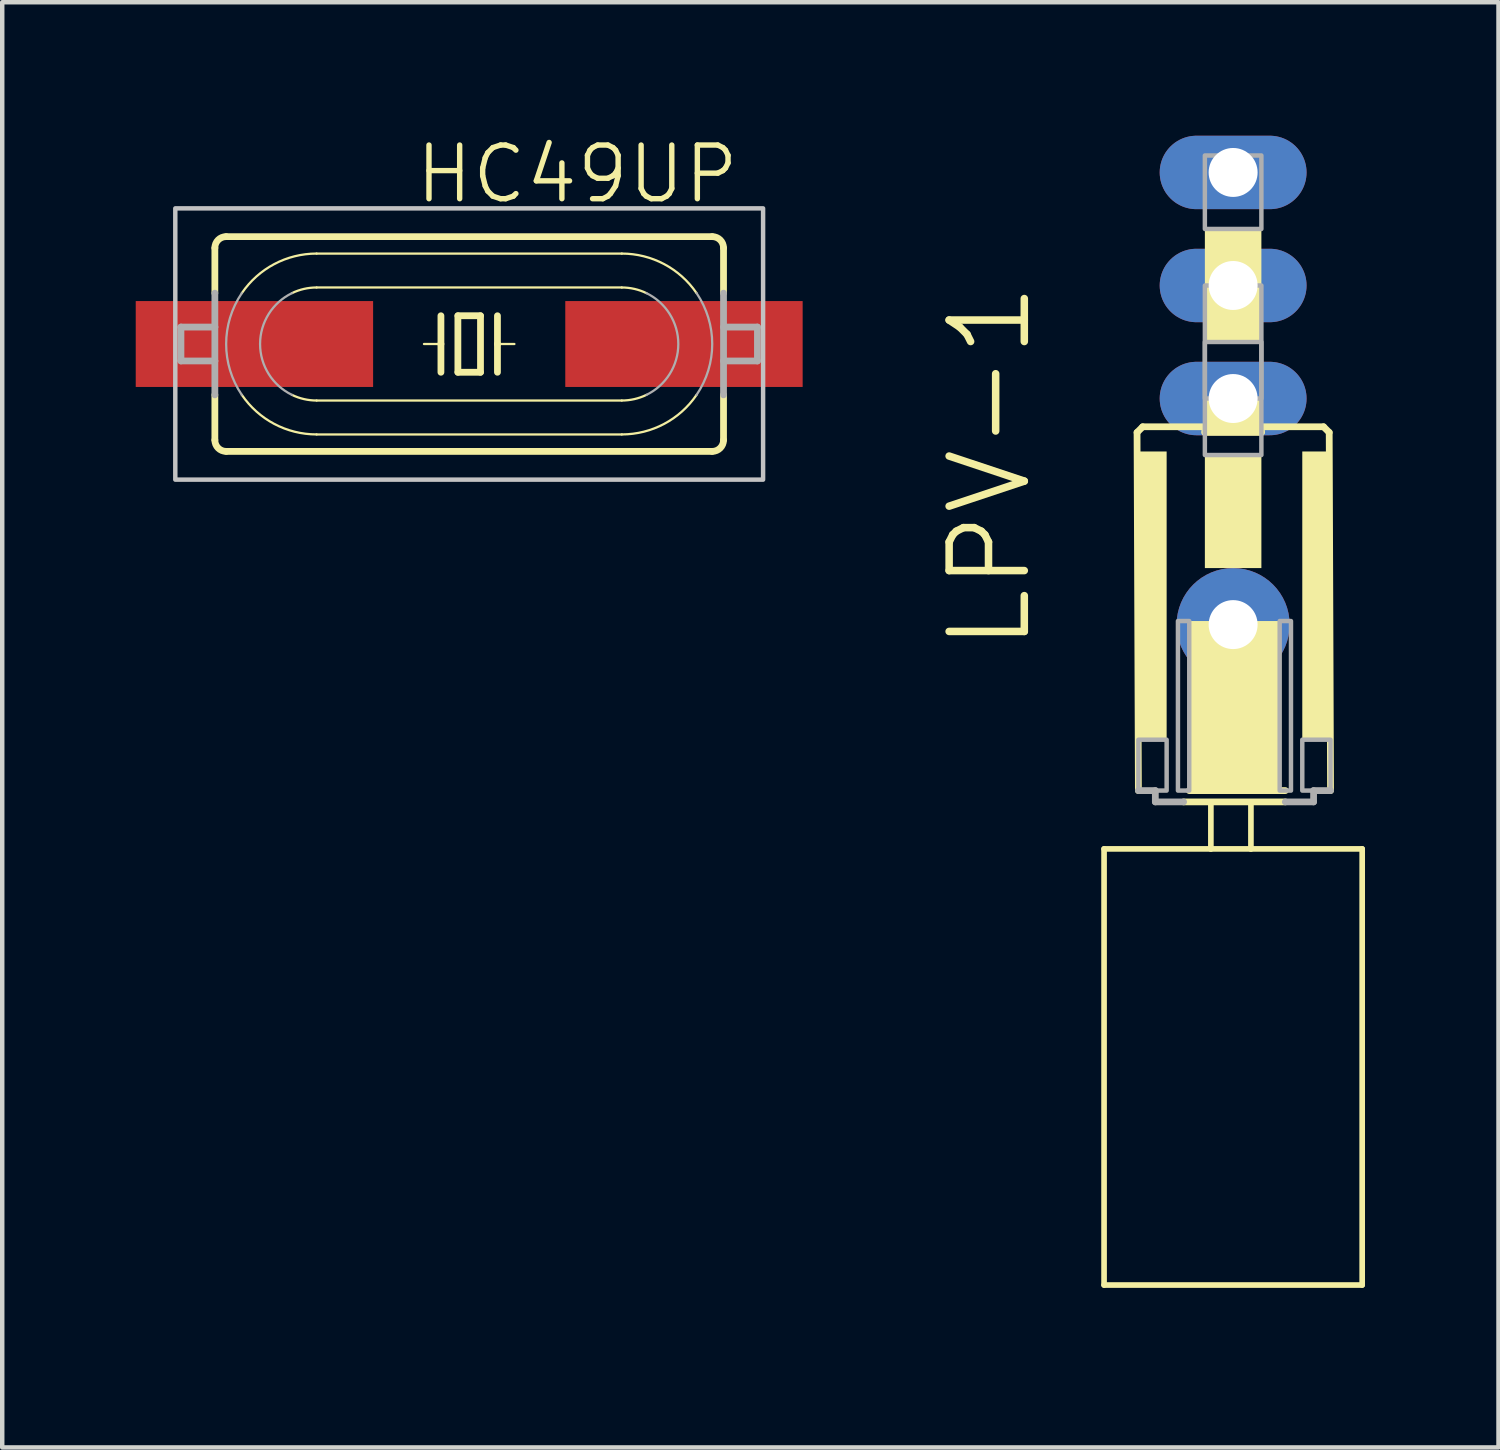
<source format=kicad_pcb>
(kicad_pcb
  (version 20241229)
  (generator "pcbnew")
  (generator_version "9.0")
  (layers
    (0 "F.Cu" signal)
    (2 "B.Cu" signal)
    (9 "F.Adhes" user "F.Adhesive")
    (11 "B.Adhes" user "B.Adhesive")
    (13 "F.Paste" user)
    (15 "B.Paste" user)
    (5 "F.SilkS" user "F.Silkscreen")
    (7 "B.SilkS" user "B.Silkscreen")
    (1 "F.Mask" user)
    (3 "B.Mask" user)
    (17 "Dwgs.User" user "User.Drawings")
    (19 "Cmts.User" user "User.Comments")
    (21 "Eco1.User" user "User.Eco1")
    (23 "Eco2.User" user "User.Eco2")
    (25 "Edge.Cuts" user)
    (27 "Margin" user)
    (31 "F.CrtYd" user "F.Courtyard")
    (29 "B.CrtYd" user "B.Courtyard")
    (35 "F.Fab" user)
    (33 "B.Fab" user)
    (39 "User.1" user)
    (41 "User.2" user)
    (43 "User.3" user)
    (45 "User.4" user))
  (footprint "HC49UP"
    (layer "F.Cu")
    (at 7.493 4.68)
    (property "Reference" "HC49UP" (at -1.27 -3.111 0) (layer "F.SilkS") (effects (font (size 1.206 1.206) (thickness 0.121)) (justify left bottom)))
    (attr through_hole)
    (fp_line (start -5.715 -1.143) (end -5.715 -2.159) (stroke (width 0.152) (type solid)) (layer "F.SilkS"))
    (fp_line (start -5.715 2.159) (end -5.715 1.143) (stroke (width 0.152) (type solid)) (layer "F.SilkS"))
    (fp_line (start -3.429 -2.032) (end 3.429 -2.032) (stroke (width 0.051) (type solid)) (layer "F.SilkS"))
    (fp_line (start -3.429 -1.27) (end 3.429 -1.27) (stroke (width 0.051) (type solid)) (layer "F.SilkS"))
    (fp_line (start -0.635 -0.635) (end -0.635 0) (stroke (width 0.152) (type solid)) (layer "F.SilkS"))
    (fp_line (start -0.635 0) (end -1.016 0) (stroke (width 0.051) (type solid)) (layer "F.SilkS"))
    (fp_line (start -0.635 0) (end -0.635 0.635) (stroke (width 0.152) (type solid)) (layer "F.SilkS"))
    (fp_line (start -0.254 -0.635) (end -0.254 0.635) (stroke (width 0.152) (type solid)) (layer "F.SilkS"))
    (fp_line (start -0.254 0.635) (end 0.254 0.635) (stroke (width 0.152) (type solid)) (layer "F.SilkS"))
    (fp_line (start 0.254 -0.635) (end -0.254 -0.635) (stroke (width 0.152) (type solid)) (layer "F.SilkS"))
    (fp_line (start 0.254 0.635) (end 0.254 -0.635) (stroke (width 0.152) (type solid)) (layer "F.SilkS"))
    (fp_line (start 0.635 -0.635) (end 0.635 0) (stroke (width 0.152) (type solid)) (layer "F.SilkS"))
    (fp_line (start 0.635 0) (end 0.635 0.635) (stroke (width 0.152) (type solid)) (layer "F.SilkS"))
    (fp_line (start 0.635 0) (end 1.016 0) (stroke (width 0.051) (type solid)) (layer "F.SilkS"))
    (fp_line (start 3.429 1.27) (end -3.429 1.27) (stroke (width 0.051) (type solid)) (layer "F.SilkS"))
    (fp_line (start 3.429 2.032) (end -3.429 2.032) (stroke (width 0.051) (type solid)) (layer "F.SilkS"))
    (fp_line (start 5.461 -2.413) (end -5.461 -2.413) (stroke (width 0.152) (type solid)) (layer "F.SilkS"))
    (fp_line (start 5.461 2.413) (end -5.461 2.413) (stroke (width 0.152) (type solid)) (layer "F.SilkS"))
    (fp_line (start 5.715 -1.143) (end 5.715 -2.159) (stroke (width 0.152) (type solid)) (layer "F.SilkS"))
    (fp_line (start 5.715 2.159) (end 5.715 1.143) (stroke (width 0.152) (type solid)) (layer "F.SilkS"))
    (fp_arc (start -5.715 -2.159) (mid -5.640605 -2.338605) (end -5.461 -2.413) (stroke (width 0.1524) (type solid)) (layer "F.SilkS"))
    (fp_arc (start -5.461 2.413) (mid -5.640605 2.338605) (end -5.715 2.159) (stroke (width 0.1524) (type solid)) (layer "F.SilkS"))
    (fp_arc (start -5.1091 -1.143) (mid -4.379417 -1.796107) (end -3.429 -2.032101) (stroke (width 0.0508) (type solid)) (layer "F.SilkS"))
    (fp_arc (start -3.9826 -1.143) (mid -3.712991 -1.237845) (end -3.429 -1.27) (stroke (width 0.0508) (type solid)) (layer "F.SilkS"))
    (fp_arc (start -3.429 1.27) (mid -3.712991 1.237845) (end -3.9826 1.143) (stroke (width 0.0508) (type solid)) (layer "F.SilkS"))
    (fp_arc (start -3.429 2.032001) (mid -4.379408 1.796063) (end -5.1091 1.143) (stroke (width 0.0508) (type solid)) (layer "F.SilkS"))
    (fp_arc (start 3.429 -2.032) (mid 4.379408 -1.796062) (end 5.1091 -1.142999) (stroke (width 0.0508) (type solid)) (layer "F.SilkS"))
    (fp_arc (start 3.429 -1.27) (mid 3.712991 -1.237845) (end 3.9826 -1.143) (stroke (width 0.0508) (type solid)) (layer "F.SilkS"))
    (fp_arc (start 3.9826 1.143) (mid 3.712991 1.237845) (end 3.429 1.27) (stroke (width 0.0508) (type solid)) (layer "F.SilkS"))
    (fp_arc (start 5.109 1.142899) (mid 4.379368 1.795994) (end 3.429 2.032) (stroke (width 0.0508) (type solid)) (layer "F.SilkS"))
    (fp_arc (start 5.461 -2.413) (mid 5.640605 -2.338605) (end 5.715 -2.159) (stroke (width 0.1524) (type solid)) (layer "F.SilkS"))
    (fp_arc (start 5.715 2.159) (mid 5.640605 2.338605) (end 5.461 2.413) (stroke (width 0.1524) (type solid)) (layer "F.SilkS"))
    (fp_poly (pts (xy -6.604 3.048) (xy 6.604 3.048) (xy 6.604 -3.048) (xy -6.604 -3.048)) (stroke (width 0.1) (type solid)) (fill no) (layer "Dwgs.User"))
    (fp_line (start -6.477 0.381) (end -6.477 -0.381) (stroke (width 0.152) (type solid)) (layer "F.Fab"))
    (fp_line (start -5.715 -0.381) (end -6.477 -0.381) (stroke (width 0.152) (type solid)) (layer "F.Fab"))
    (fp_line (start -5.715 -0.381) (end -5.715 -1.143) (stroke (width 0.152) (type solid)) (layer "F.Fab"))
    (fp_line (start -5.715 0.381) (end -6.477 0.381) (stroke (width 0.152) (type solid)) (layer "F.Fab"))
    (fp_line (start -5.715 0.381) (end -5.715 -0.381) (stroke (width 0.152) (type solid)) (layer "F.Fab"))
    (fp_line (start -5.715 1.143) (end -5.715 0.381) (stroke (width 0.152) (type solid)) (layer "F.Fab"))
    (fp_line (start 5.715 -0.381) (end 6.477 -0.381) (stroke (width 0.152) (type solid)) (layer "F.Fab"))
    (fp_line (start 5.715 0.381) (end 6.477 0.381) (stroke (width 0.152) (type solid)) (layer "F.Fab"))
    (fp_line (start 5.715 1.143) (end 5.715 -1.143) (stroke (width 0.152) (type solid)) (layer "F.Fab"))
    (fp_line (start 6.477 0.381) (end 6.477 -0.381) (stroke (width 0.152) (type solid)) (layer "F.Fab"))
    (fp_arc (start -5.1091 1.143) (mid -5.46104 0) (end -5.1091 -1.143) (stroke (width 0.0508) (type solid)) (layer "F.Fab"))
    (fp_arc (start -3.9826 1.143) (mid -4.699009 0) (end -3.9826 -1.143) (stroke (width 0.0508) (type solid)) (layer "F.Fab"))
    (fp_arc (start 3.9826 -1.143) (mid 4.699009 0) (end 3.9826 1.143) (stroke (width 0.0508) (type solid)) (layer "F.Fab"))
    (fp_arc (start 5.1091 -1.143) (mid 5.46104 0) (end 5.1091 1.143) (stroke (width 0.0508) (type solid)) (layer "F.Fab"))
    (pad "1" smd rect (at -4.826 0) (size 5.334 1.93) (layers "F.Cu" "F.Mask" "F.Paste"))
    (pad "2" smd rect (at 4.826 0) (size 5.334 1.93) (layers "F.Cu" "F.Mask" "F.Paste")))
  (footprint "LPV-1"
    (layer "F.Cu")
    (at 24.659 26.225)
    (property "Reference" "LPV-1" (at -4.477 -14.573 90) (layer "F.SilkS") (effects (font (size 1.689 1.689) (thickness 0.169)) (justify left bottom)))
    (attr through_hole)
    (fp_line (start -2.9 -10.2) (end -0.5 -10.2) (stroke (width 0.127) (type solid)) (layer "F.SilkS"))
    (fp_line (start -2.9 -0.4) (end -2.9 -10.2) (stroke (width 0.127) (type solid)) (layer "F.SilkS"))
    (fp_line (start -2.9 -0.4) (end 2.9 -0.4) (stroke (width 0.127) (type solid)) (layer "F.SilkS"))
    (fp_line (start -2.159 -19.558) (end -2.032 -19.685) (stroke (width 0.152) (type solid)) (layer "F.SilkS"))
    (fp_line (start -2.129 -11.51) (end -2.159 -19.558) (stroke (width 0.152) (type solid)) (layer "F.SilkS"))
    (fp_line (start -2.032 -19.685) (end -0.635 -19.685) (stroke (width 0.152) (type solid)) (layer "F.SilkS"))
    (fp_line (start -1.113 -11.256) (end 1.173 -11.256) (stroke (width 0.152) (type solid)) (layer "F.SilkS"))
    (fp_line (start -0.986 -11.51) (end 1.173 -11.51) (stroke (width 0.152) (type solid)) (layer "F.SilkS"))
    (fp_line (start -0.635 -19.558) (end -0.635 -19.685) (stroke (width 0.152) (type solid)) (layer "F.SilkS"))
    (fp_line (start -0.635 -19.558) (end 0.635 -19.558) (stroke (width 0.152) (type solid)) (layer "F.SilkS"))
    (fp_line (start -0.5 -11.2) (end -0.5 -10.2) (stroke (width 0.127) (type solid)) (layer "F.SilkS"))
    (fp_line (start -0.5 -10.2) (end 0.4 -10.2) (stroke (width 0.127) (type solid)) (layer "F.SilkS"))
    (fp_line (start 0.4 -11.2) (end 0.4 -10.2) (stroke (width 0.127) (type solid)) (layer "F.SilkS"))
    (fp_line (start 0.4 -10.2) (end 2.9 -10.2) (stroke (width 0.127) (type solid)) (layer "F.SilkS"))
    (fp_line (start 0.635 -19.558) (end 0.635 -19.685) (stroke (width 0.152) (type solid)) (layer "F.SilkS"))
    (fp_line (start 2.032 -19.685) (end 0.635 -19.685) (stroke (width 0.152) (type solid)) (layer "F.SilkS"))
    (fp_line (start 2.032 -19.685) (end 2.159 -19.558) (stroke (width 0.152) (type solid)) (layer "F.SilkS"))
    (fp_line (start 2.159 -19.558) (end 2.189 -11.51) (stroke (width 0.152) (type solid)) (layer "F.SilkS"))
    (fp_line (start 2.9 -0.4) (end 2.9 -10.2) (stroke (width 0.127) (type solid)) (layer "F.SilkS"))
    (fp_poly (pts (xy -2.129 -12.653) (xy -1.494 -12.653) (xy -1.494 -19.13) (xy -2.129 -19.13)) (stroke (width 0) (type solid)) (fill yes) (layer "F.SilkS"))
    (fp_poly (pts (xy -0.986 -11.51) (xy 1.046 -11.51) (xy 1.046 -15.32) (xy -0.986 -15.32)) (stroke (width 0) (type solid)) (fill yes) (layer "F.SilkS"))
    (fp_poly (pts (xy -0.635 -21.59) (xy 0.635 -21.59) (xy 0.635 -24.13) (xy -0.635 -24.13)) (stroke (width 0) (type solid)) (fill yes) (layer "F.SilkS"))
    (fp_poly (pts (xy -0.635 -19.558) (xy 0.635 -19.558) (xy 0.635 -20.32) (xy -0.635 -20.32)) (stroke (width 0) (type solid)) (fill yes) (layer "F.SilkS"))
    (fp_poly (pts (xy -0.635 -16.51) (xy 0.635 -16.51) (xy 0.635 -19.05) (xy -0.635 -19.05)) (stroke (width 0) (type solid)) (fill yes) (layer "F.SilkS"))
    (fp_poly (pts (xy 1.554 -12.653) (xy 2.189 -12.653) (xy 2.189 -19.13) (xy 1.554 -19.13)) (stroke (width 0) (type solid)) (fill yes) (layer "F.SilkS"))
    (fp_line (start -2.129 -11.51) (end -1.748 -11.51) (stroke (width 0.152) (type solid)) (layer "F.Fab"))
    (fp_line (start -1.748 -11.51) (end -1.748 -11.256) (stroke (width 0.152) (type solid)) (layer "F.Fab"))
    (fp_line (start -1.113 -11.256) (end -1.748 -11.256) (stroke (width 0.152) (type solid)) (layer "F.Fab"))
    (fp_line (start 1.808 -11.51) (end 2.189 -11.51) (stroke (width 0.152) (type solid)) (layer "F.Fab"))
    (fp_line (start 1.808 -11.256) (end 1.173 -11.256) (stroke (width 0.152) (type solid)) (layer "F.Fab"))
    (fp_line (start 1.808 -11.256) (end 1.808 -11.51) (stroke (width 0.152) (type solid)) (layer "F.Fab"))
    (fp_poly (pts (xy -2.129 -11.51) (xy -1.494 -11.51) (xy -1.494 -12.653) (xy -2.129 -12.653)) (stroke (width 0.1) (type solid)) (fill no) (layer "F.Fab"))
    (fp_poly (pts (xy -1.24 -11.51) (xy -0.986 -11.51) (xy -0.986 -15.32) (xy -1.24 -15.32)) (stroke (width 0.1) (type solid)) (fill no) (layer "F.Fab"))
    (fp_poly (pts (xy -0.635 -24.13) (xy 0.635 -24.13) (xy 0.635 -25.781) (xy -0.635 -25.781)) (stroke (width 0.1) (type solid)) (fill no) (layer "F.Fab"))
    (fp_poly (pts (xy -0.635 -20.32) (xy 0.635 -20.32) (xy 0.635 -22.86) (xy -0.635 -22.86)) (stroke (width 0.1) (type solid)) (fill no) (layer "F.Fab"))
    (fp_poly (pts (xy -0.635 -19.05) (xy 0.635 -19.05) (xy 0.635 -21.59) (xy -0.635 -21.59)) (stroke (width 0.1) (type solid)) (fill no) (layer "F.Fab"))
    (fp_poly (pts (xy 1.046 -11.51) (xy 1.3 -11.51) (xy 1.3 -15.32) (xy 1.046 -15.32)) (stroke (width 0.1) (type solid)) (fill no) (layer "F.Fab"))
    (fp_poly (pts (xy 1.554 -11.51) (xy 2.189 -11.51) (xy 2.189 -12.653) (xy 1.554 -12.653)) (stroke (width 0.1) (type solid)) (fill no) (layer "F.Fab"))
    (pad "1" thru_hole oval (at 0 -20.32) (size 3.3 1.65) (drill 1.1) (layers "*.Cu" "*.Mask"))
    (pad "2" thru_hole oval (at 0 -22.86) (size 3.3 1.65) (drill 1.1) (layers "*.Cu" "*.Mask"))
    (pad "3" thru_hole oval (at 0 -25.4) (size 3.3 1.65) (drill 1.1) (layers "*.Cu" "*.Mask"))
    (pad "B1" thru_hole circle (at 0 -15.24) (size 2.54 2.54) (drill 1.1) (layers "*.Cu" "*.Mask")))
  (gr_rect
    (start -3 -3)
    (end 30.622 29.475)
    (stroke (width 0.1) (type default))
    (fill no)
    (layer "Edge.Cuts")))
</source>
